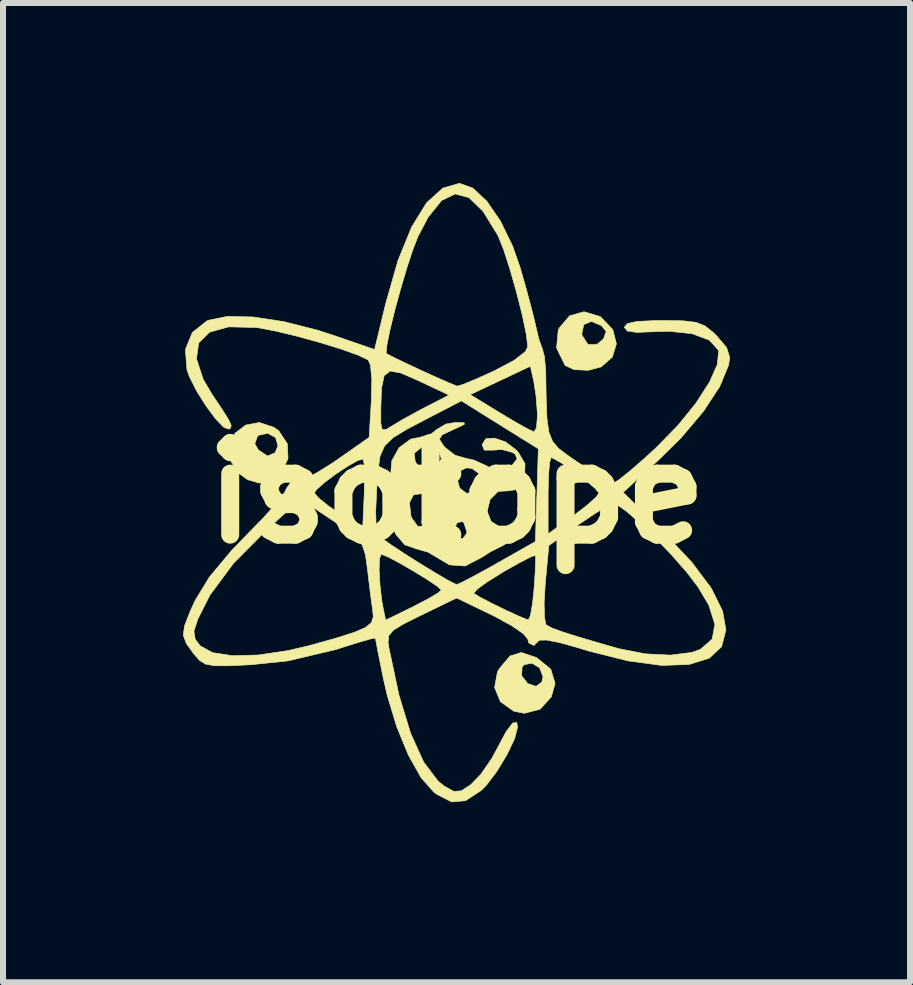
<source format=kicad_pcb>
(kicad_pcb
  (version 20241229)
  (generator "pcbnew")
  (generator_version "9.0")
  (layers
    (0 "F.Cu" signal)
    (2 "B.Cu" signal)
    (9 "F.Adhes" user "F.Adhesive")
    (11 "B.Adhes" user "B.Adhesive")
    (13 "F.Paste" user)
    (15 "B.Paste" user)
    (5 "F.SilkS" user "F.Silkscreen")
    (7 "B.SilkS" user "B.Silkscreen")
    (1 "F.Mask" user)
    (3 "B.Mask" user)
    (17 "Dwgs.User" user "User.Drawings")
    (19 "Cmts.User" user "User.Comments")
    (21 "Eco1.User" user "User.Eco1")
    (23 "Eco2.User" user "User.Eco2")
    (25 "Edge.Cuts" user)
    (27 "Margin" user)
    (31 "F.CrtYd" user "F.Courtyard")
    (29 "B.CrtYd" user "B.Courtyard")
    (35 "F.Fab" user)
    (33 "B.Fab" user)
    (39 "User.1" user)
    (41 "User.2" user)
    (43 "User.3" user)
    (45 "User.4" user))
  (footprint "isotope"
    (layer "F.Cu")
    (at 4.56 5.17)
    (property "Reference" "isotope" (at 0 0 0) (layer "F.SilkS") (effects (font (size 1.524 1.524) (thickness 0.3))))
    (attr through_hole)
    (fp_poly (pts (xy 1.072 0.198) (xy 1.083 0.298) (xy 1.072 0.31) (xy 1.022 0.299) (xy 1.016 0.254) (xy 1.047 0.184) (xy 1.072 0.198)) (stroke (width 0.01) (type solid)) (fill yes) (layer "F.SilkS"))
    (fp_poly (pts (xy -3.042 -1.097) (xy -2.964 -1.04) (xy -2.822 -0.825) (xy -2.81 -0.581) (xy -2.911 -0.358) (xy -3.104 -0.206) (xy -3.288 -0.169) (xy -3.484 -0.227) (xy -3.641 -0.339) (xy -3.786 -0.571) (xy -3.793 -0.802) (xy -3.782 -0.825) (xy -3.364 -0.825) (xy -3.303 -0.72) (xy -3.152 -0.621) (xy -3.026 -0.675) (xy -2.978 -0.79) (xy -3.017 -0.929) (xy -3.148 -0.999) (xy -3.297 -0.967) (xy -3.321 -0.946) (xy -3.364 -0.825) (xy -3.782 -0.825) (xy -3.693 -1.001) (xy -3.515 -1.137) (xy -3.288 -1.179) (xy -3.042 -1.097)) (stroke (width 0.01) (type solid)) (fill yes) (layer "F.SilkS"))
    (fp_poly (pts (xy 1.32 2.734) (xy 1.336 2.742) (xy 1.568 2.931) (xy 1.64 3.168) (xy 1.578 3.392) (xy 1.389 3.599) (xy 1.128 3.667) (xy 0.952 3.632) (xy 0.729 3.473) (xy 0.632 3.237) (xy 0.668 3.04) (xy 1.082 3.04) (xy 1.184 3.171) (xy 1.323 3.217) (xy 1.419 3.147) (xy 1.439 3.057) (xy 1.382 2.909) (xy 1.254 2.832) (xy 1.124 2.857) (xy 1.091 2.894) (xy 1.082 3.04) (xy 0.668 3.04) (xy 0.68 2.977) (xy 0.713 2.92) (xy 0.89 2.711) (xy 1.077 2.654) (xy 1.32 2.734)) (stroke (width 0.01) (type solid)) (fill yes) (layer "F.SilkS"))
    (fp_poly (pts (xy 2.385 -2.947) (xy 2.402 -2.936) (xy 2.602 -2.728) (xy 2.662 -2.491) (xy 2.594 -2.269) (xy 2.408 -2.106) (xy 2.192 -2.049) (xy 1.954 -2.061) (xy 1.807 -2.131) (xy 1.805 -2.134) (xy 1.665 -2.421) (xy 1.687 -2.658) (xy 2.085 -2.658) (xy 2.091 -2.63) (xy 2.188 -2.48) (xy 2.335 -2.479) (xy 2.446 -2.571) (xy 2.492 -2.695) (xy 2.415 -2.792) (xy 2.246 -2.864) (xy 2.118 -2.811) (xy 2.085 -2.658) (xy 1.687 -2.658) (xy 1.692 -2.71) (xy 1.71 -2.755) (xy 1.882 -2.957) (xy 2.123 -3.025) (xy 2.385 -2.947)) (stroke (width 0.01) (type solid)) (fill yes) (layer "F.SilkS"))
    (fp_poly (pts (xy 0.126 -1.175) (xy 0.127 -1.148) (xy -0.017 -1.079) (xy -0.065 -1.058) (xy -0.244 -0.972) (xy -0.288 -0.9) (xy -0.218 -0.793) (xy -0.195 -0.765) (xy -0.027 -0.634) (xy 0.112 -0.593) (xy 0.294 -0.551) (xy 0.512 -0.45) (xy 0.516 -0.447) (xy 0.691 -0.356) (xy 0.798 -0.357) (xy 0.91 -0.451) (xy 1.007 -0.571) (xy 0.977 -0.648) (xy 0.931 -0.681) (xy 0.751 -0.729) (xy 0.614 -0.719) (xy 0.462 -0.718) (xy 0.423 -0.808) (xy 0.484 -0.908) (xy 0.631 -0.919) (xy 0.817 -0.854) (xy 0.992 -0.722) (xy 1.034 -0.671) (xy 1.139 -0.492) (xy 1.134 -0.332) (xy 1.091 -0.224) (xy 0.972 -0.059) (xy 0.863 -0.041) (xy 0.691 -0.031) (xy 0.557 0.103) (xy 0.508 0.301) (xy 0.574 0.47) (xy 0.726 0.567) (xy 0.896 0.558) (xy 0.957 0.516) (xy 1.089 0.426) (xy 1.141 0.469) (xy 1.098 0.597) (xy 0.952 0.76) (xy 0.778 0.867) (xy 0.564 0.974) (xy 0.423 1.065) (xy 0.143 1.212) (xy -0.121 1.193) (xy -0.275 1.102) (xy -0.478 0.981) (xy -0.656 0.931) (xy -0.866 0.858) (xy -1.021 0.675) (xy -1.047 0.595) (xy -0.044 0.595) (xy -0.03 0.703) (xy -0.022 0.711) (xy 0.099 0.759) (xy 0.167 0.668) (xy 0.169 0.64) (xy 0.123 0.5) (xy 0.094 0.471) (xy 0.01 0.49) (xy -0.044 0.595) (xy -1.047 0.595) (xy -1.097 0.44) (xy -1.071 0.21) (xy -1.035 0.157) (xy -0.787 0.157) (xy -0.761 0.38) (xy -0.751 0.409) (xy -0.646 0.555) (xy -0.511 0.539) (xy -0.392 0.404) (xy -0.359 0.237) (xy -0.417 0.134) (xy -0.584 0.007) (xy -0.718 0.024) (xy -0.787 0.157) (xy -1.035 0.157) (xy -0.999 0.102) (xy -0.941 -0.014) (xy -0.999 -0.102) (xy -1.082 -0.268) (xy 0 -0.268) (xy 0.051 -0.084) (xy 0.168 0.003) (xy 0.299 -0.028) (xy 0.372 -0.135) (xy 0.384 -0.319) (xy 0.256 -0.414) (xy 0.164 -0.423) (xy 0.025 -0.36) (xy 0 -0.268) (xy -1.082 -0.268) (xy -1.101 -0.306) (xy -1.08 -0.543) (xy -1.011 -0.666) (xy -0.708 -0.666) (xy -0.691 -0.536) (xy -0.675 -0.503) (xy -0.574 -0.388) (xy -0.433 -0.418) (xy -0.42 -0.425) (xy -0.289 -0.52) (xy -0.255 -0.574) (xy -0.297 -0.692) (xy -0.329 -0.75) (xy -0.422 -0.82) (xy -0.574 -0.772) (xy -0.583 -0.767) (xy -0.708 -0.666) (xy -1.011 -0.666) (xy -0.96 -0.759) (xy -0.767 -0.902) (xy -0.618 -0.931) (xy -0.423 -0.99) (xy -0.339 -1.058) (xy -0.178 -1.154) (xy -0.011 -1.182) (xy 0.126 -1.175)) (stroke (width 0.01) (type solid)) (fill yes) (layer "F.SilkS"))
    (fp_poly (pts (xy 0.268 -5.086) (xy 0.502 -4.868) (xy 0.73 -4.536) (xy 0.933 -4.118) (xy 1.055 -3.77) (xy 1.158 -3.411) (xy 1.248 -3.076) (xy 1.309 -2.828) (xy 1.316 -2.794) (xy 1.369 -2.572) (xy 1.422 -2.422) (xy 1.427 -2.413) (xy 1.463 -2.276) (xy 1.483 -2.056) (xy 1.484 -2.032) (xy 1.492 -1.57) (xy 1.505 -1.245) (xy 1.536 -1.021) (xy 1.597 -0.866) (xy 1.698 -0.747) (xy 1.854 -0.629) (xy 2.027 -0.511) (xy 2.286 -0.343) (xy 2.493 -0.221) (xy 2.608 -0.17) (xy 2.611 -0.169) (xy 2.703 -0.224) (xy 2.888 -0.371) (xy 3.135 -0.587) (xy 3.332 -0.767) (xy 3.69 -1.134) (xy 3.989 -1.504) (xy 4.213 -1.851) (xy 4.344 -2.147) (xy 4.365 -2.366) (xy 4.357 -2.391) (xy 4.209 -2.552) (xy 3.928 -2.658) (xy 3.543 -2.7) (xy 3.302 -2.693) (xy 3.003 -2.681) (xy 2.843 -2.704) (xy 2.794 -2.765) (xy 2.794 -2.767) (xy 2.844 -2.828) (xy 3.01 -2.864) (xy 3.315 -2.878) (xy 3.436 -2.879) (xy 3.77 -2.874) (xy 3.987 -2.849) (xy 4.137 -2.79) (xy 4.273 -2.682) (xy 4.333 -2.623) (xy 4.499 -2.428) (xy 4.55 -2.263) (xy 4.532 -2.136) (xy 4.385 -1.78) (xy 4.114 -1.367) (xy 3.742 -0.926) (xy 3.366 -0.555) (xy 2.774 -0.015) (xy 3.45 0.652) (xy 3.92 1.151) (xy 4.245 1.585) (xy 4.432 1.964) (xy 4.487 2.277) (xy 4.416 2.556) (xy 4.208 2.749) (xy 3.872 2.853) (xy 3.418 2.869) (xy 2.855 2.793) (xy 2.193 2.627) (xy 2.055 2.584) (xy 1.735 2.493) (xy 1.498 2.446) (xy 1.377 2.449) (xy 1.369 2.457) (xy 1.286 2.537) (xy 1.201 2.494) (xy 1.185 2.429) (xy 1.114 2.343) (xy 0.926 2.212) (xy 0.657 2.064) (xy 0.593 2.032) (xy 0 1.745) (xy -0.588 2.03) (xy -0.883 2.177) (xy -1.055 2.282) (xy -1.132 2.374) (xy -1.143 2.484) (xy -1.129 2.575) (xy -0.962 3.362) (xy -0.768 3.998) (xy -0.55 4.479) (xy -0.309 4.798) (xy -0.206 4.88) (xy -0.047 4.968) (xy 0.076 4.959) (xy 0.238 4.854) (xy 0.404 4.682) (xy 0.582 4.424) (xy 0.677 4.249) (xy 0.823 3.975) (xy 0.935 3.828) (xy 1.002 3.819) (xy 1.016 3.896) (xy 0.967 4.086) (xy 0.843 4.348) (xy 0.676 4.626) (xy 0.5 4.86) (xy 0.407 4.954) (xy 0.148 5.123) (xy -0.082 5.144) (xy -0.33 5.018) (xy -0.382 4.979) (xy -0.594 4.738) (xy -0.804 4.364) (xy -0.998 3.893) (xy -1.159 3.36) (xy -1.218 3.102) (xy -1.282 2.79) (xy -1.329 2.55) (xy -1.353 2.423) (xy -1.355 2.413) (xy -1.429 2.426) (xy -1.626 2.482) (xy -1.908 2.57) (xy -2.011 2.604) (xy -2.81 2.793) (xy -3.437 2.858) (xy -3.801 2.875) (xy -4.037 2.874) (xy -4.184 2.847) (xy -4.283 2.787) (xy -4.374 2.684) (xy -4.389 2.665) (xy -4.506 2.503) (xy -4.555 2.367) (xy -4.547 2.301) (xy -4.379 2.301) (xy -4.356 2.435) (xy -4.274 2.542) (xy -4.068 2.656) (xy -3.735 2.707) (xy -3.304 2.695) (xy -2.804 2.621) (xy -2.454 2.538) (xy -2.01 2.414) (xy -1.707 2.318) (xy -1.518 2.236) (xy -1.421 2.155) (xy -1.39 2.06) (xy -1.398 1.96) (xy -1.428 1.746) (xy -1.465 1.449) (xy -1.484 1.282) (xy -1.292 1.282) (xy -1.277 1.538) (xy -1.245 1.806) (xy -1.223 1.925) (xy -1.183 2.114) (xy -0.718 1.886) (xy -0.475 1.759) (xy -0.318 1.666) (xy 0.285 1.666) (xy 0.286 1.669) (xy 0.384 1.729) (xy 0.58 1.831) (xy 0.815 1.946) (xy 1.033 2.046) (xy 1.176 2.105) (xy 1.196 2.11) (xy 1.23 2.037) (xy 1.264 1.839) (xy 1.267 1.813) (xy 1.458 1.813) (xy 1.462 2.057) (xy 1.487 2.187) (xy 1.492 2.193) (xy 1.58 2.242) (xy 1.761 2.309) (xy 2.056 2.402) (xy 2.486 2.528) (xy 2.709 2.591) (xy 3.143 2.676) (xy 3.565 2.697) (xy 3.92 2.652) (xy 4.064 2.6) (xy 4.258 2.429) (xy 4.303 2.184) (xy 4.201 1.862) (xy 4.017 1.554) (xy 3.832 1.313) (xy 3.591 1.038) (xy 3.324 0.758) (xy 3.061 0.503) (xy 2.832 0.303) (xy 2.667 0.187) (xy 2.616 0.169) (xy 2.509 0.215) (xy 2.308 0.336) (xy 2.055 0.506) (xy 2.034 0.52) (xy 1.536 0.871) (xy 1.477 1.5) (xy 1.458 1.813) (xy 1.267 1.813) (xy 1.29 1.587) (xy 1.309 1.309) (xy 1.316 1.108) (xy 1.311 1.034) (xy 1.234 1.061) (xy 1.05 1.156) (xy 0.797 1.298) (xy 0.766 1.317) (xy 0.517 1.472) (xy 0.345 1.596) (xy 0.285 1.666) (xy -0.318 1.666) (xy -0.307 1.659) (xy -0.256 1.612) (xy -0.323 1.55) (xy -0.493 1.436) (xy -0.718 1.298) (xy -0.952 1.163) (xy -1.146 1.06) (xy -1.255 1.016) (xy -1.258 1.016) (xy -1.286 1.091) (xy -1.292 1.282) (xy -1.484 1.282) (xy -1.486 1.27) (xy -1.519 1.029) (xy -1.572 0.865) (xy -1.679 0.732) (xy -1.873 0.583) (xy -2.069 0.451) (xy -2.599 0.098) (xy -3.164 0.607) (xy -3.718 1.166) (xy -4.113 1.7) (xy -4.314 2.098) (xy -4.379 2.301) (xy -4.547 2.301) (xy -4.534 2.206) (xy -4.442 1.971) (xy -4.357 1.784) (xy -4.12 1.396) (xy -3.747 0.949) (xy -3.49 0.684) (xy -3.222 0.41) (xy -3.007 0.169) (xy -2.873 -0.006) (xy -2.371 -0.006) (xy -2.305 0.075) (xy -2.136 0.211) (xy -1.968 0.327) (xy -1.566 0.589) (xy -1.553 0.291) (xy -1.349 0.291) (xy -1.343 0.52) (xy -1.309 0.66) (xy -1.242 0.75) (xy -1.225 0.764) (xy -1.088 0.863) (xy -0.868 1.008) (xy -0.607 1.173) (xy -0.349 1.33) (xy -0.137 1.454) (xy -0.012 1.517) (xy 0.001 1.521) (xy 0.089 1.483) (xy 0.287 1.38) (xy 0.56 1.231) (xy 0.678 1.164) (xy 1.312 0.804) (xy 1.336 0.042) (xy 1.524 0.042) (xy 1.524 0.677) (xy 1.947 0.373) (xy 2.17 0.202) (xy 2.323 0.064) (xy 2.371 -0.004) (xy 2.307 -0.082) (xy 2.15 -0.216) (xy 1.948 -0.368) (xy 1.751 -0.502) (xy 1.606 -0.583) (xy 1.572 -0.593) (xy 1.549 -0.515) (xy 1.532 -0.309) (xy 1.524 -0.017) (xy 1.524 0.042) (xy 1.336 0.042) (xy 1.337 0.032) (xy 1.361 -0.741) (xy 0.72 -1.14) (xy 0.079 -1.54) (xy -0.467 -1.257) (xy -0.824 -1.07) (xy -1.059 -0.927) (xy -1.201 -0.789) (xy -1.276 -0.621) (xy -1.311 -0.384) (xy -1.332 -0.067) (xy -1.349 0.291) (xy -1.553 0.291) (xy -1.541 0.03) (xy -1.534 -0.26) (xy -1.54 -0.476) (xy -1.556 -0.569) (xy -1.642 -0.549) (xy -1.811 -0.454) (xy -2.016 -0.319) (xy -2.208 -0.175) (xy -2.34 -0.056) (xy -2.371 -0.006) (xy -2.873 -0.006) (xy -2.87 -0.009) (xy -2.834 -0.085) (xy -2.766 -0.182) (xy -2.693 -0.188) (xy -2.561 -0.223) (xy -2.338 -0.337) (xy -2.066 -0.507) (xy -2.006 -0.548) (xy -1.458 -0.931) (xy -1.43 -1.408) (xy -1.264 -1.408) (xy -1.264 -1.165) (xy -1.241 -1.06) (xy -1.175 -1.063) (xy -1.079 -1.121) (xy -0.889 -1.235) (xy -0.628 -1.378) (xy -0.508 -1.441) (xy -0.127 -1.636) (xy -0.145 -1.644) (xy 0.226 -1.644) (xy 0.727 -1.337) (xy 0.986 -1.183) (xy 1.188 -1.07) (xy 1.29 -1.023) (xy 1.291 -1.023) (xy 1.33 -1.093) (xy 1.345 -1.275) (xy 1.345 -1.333) (xy 1.323 -1.618) (xy 1.284 -1.873) (xy 1.281 -1.884) (xy 1.228 -2.117) (xy 0.727 -1.88) (xy 0.226 -1.644) (xy -0.145 -1.644) (xy -0.634 -1.875) (xy -0.926 -2.003) (xy -1.108 -2.037) (xy -1.208 -1.96) (xy -1.252 -1.751) (xy -1.264 -1.408) (xy -1.43 -1.408) (xy -1.422 -1.545) (xy -1.414 -1.902) (xy -1.437 -2.139) (xy -1.476 -2.223) (xy -1.64 -2.301) (xy -1.76 -2.344) (xy -1.175 -2.344) (xy -1.169 -2.328) (xy -1.08 -2.28) (xy -0.885 -2.185) (xy -0.631 -2.066) (xy -0.368 -1.946) (xy -0.144 -1.847) (xy -0.007 -1.791) (xy 0.012 -1.785) (xy 0.109 -1.815) (xy 0.317 -1.901) (xy 0.592 -2.024) (xy 0.625 -2.04) (xy 0.957 -2.215) (xy 1.145 -2.361) (xy 1.185 -2.442) (xy 1.159 -2.654) (xy 1.092 -2.975) (xy 0.997 -3.35) (xy 0.889 -3.729) (xy 0.783 -4.059) (xy 0.691 -4.289) (xy 0.686 -4.298) (xy 0.441 -4.697) (xy 0.205 -4.927) (xy -0.025 -4.988) (xy -0.251 -4.879) (xy -0.475 -4.601) (xy -0.645 -4.277) (xy -0.73 -4.06) (xy -0.829 -3.759) (xy -0.932 -3.412) (xy -1.029 -3.058) (xy -1.108 -2.736) (xy -1.16 -2.485) (xy -1.175 -2.344) (xy -1.76 -2.344) (xy -1.922 -2.402) (xy -2.277 -2.511) (xy -2.656 -2.616) (xy -3.014 -2.702) (xy -3.302 -2.757) (xy -3.345 -2.763) (xy -3.8 -2.773) (xy -4.119 -2.684) (xy -4.299 -2.505) (xy -4.336 -2.241) (xy -4.224 -1.899) (xy -4.079 -1.653) (xy -3.897 -1.381) (xy -3.795 -1.217) (xy -3.757 -1.13) (xy -3.768 -1.088) (xy -3.797 -1.067) (xy -3.885 -1.102) (xy -4.023 -1.247) (xy -4.182 -1.463) (xy -4.336 -1.709) (xy -4.454 -1.944) (xy -4.494 -2.055) (xy -4.521 -2.395) (xy -4.405 -2.679) (xy -4.159 -2.874) (xy -4.138 -2.883) (xy -3.824 -2.947) (xy -3.395 -2.938) (xy -2.884 -2.861) (xy -2.326 -2.72) (xy -2.077 -2.64) (xy -1.368 -2.396) (xy -1.182 -3.164) (xy -0.979 -3.876) (xy -0.751 -4.436) (xy -0.501 -4.841) (xy -0.231 -5.085) (xy 0.047 -5.165) (xy 0.268 -5.086)) (stroke (width 0.01) (type solid)) (fill yes) (layer "F.SilkS")))
  (gr_rect
    (start -3 -3)
    (end 12.115 13.319)
    (stroke (width 0.1) (type default))
    (fill no)
    (layer "Edge.Cuts")))
</source>
